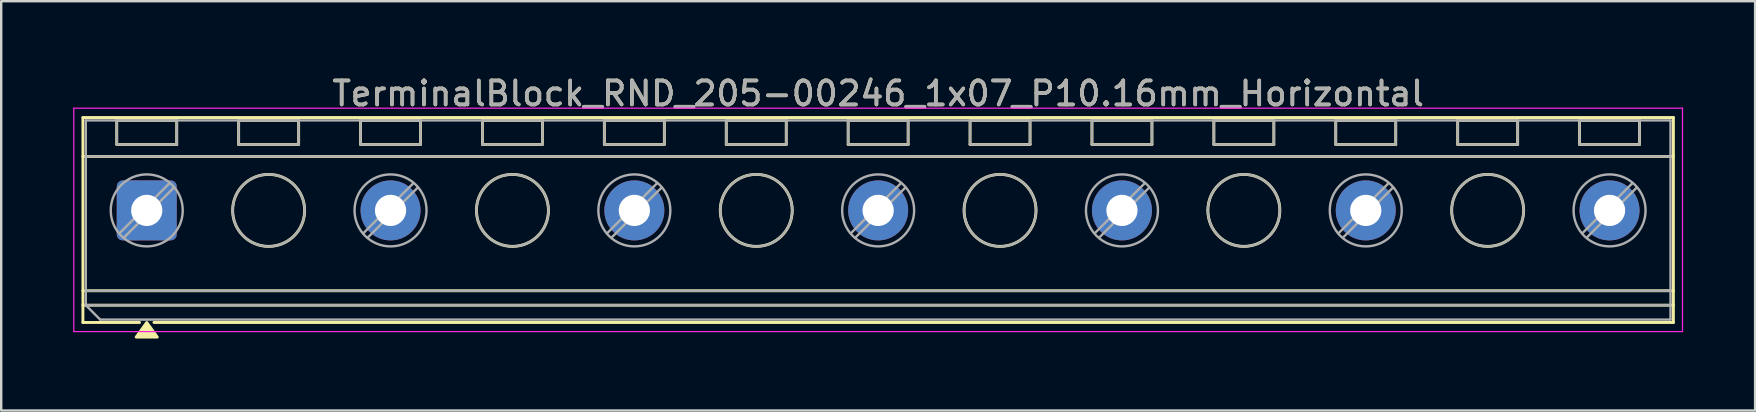
<source format=kicad_pcb>
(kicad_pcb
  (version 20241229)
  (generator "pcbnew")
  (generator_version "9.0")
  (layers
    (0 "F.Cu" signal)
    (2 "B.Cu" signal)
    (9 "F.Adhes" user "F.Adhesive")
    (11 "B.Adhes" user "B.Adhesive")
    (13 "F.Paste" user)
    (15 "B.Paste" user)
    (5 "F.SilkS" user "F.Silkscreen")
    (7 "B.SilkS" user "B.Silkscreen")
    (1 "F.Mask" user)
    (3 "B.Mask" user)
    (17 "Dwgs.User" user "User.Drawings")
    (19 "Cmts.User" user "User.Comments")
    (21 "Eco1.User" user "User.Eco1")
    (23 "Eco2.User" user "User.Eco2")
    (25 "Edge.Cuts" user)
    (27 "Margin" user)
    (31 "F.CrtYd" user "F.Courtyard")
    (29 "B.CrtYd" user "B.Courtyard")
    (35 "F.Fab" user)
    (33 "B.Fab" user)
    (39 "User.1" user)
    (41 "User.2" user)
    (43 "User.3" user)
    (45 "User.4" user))
  (footprint "TerminalBlock_RND_205-00246_1x07_P10.16mm_Horizontal"
    (layer "F.Cu")
    (at 3.065 5.718)
    (property "Reference" "TerminalBlock_RND_205-00246_1x07_P10.16mm_Horizontal" (at 30.48 -4.87 0) (layer "F.SilkS") (effects (font (size 1 1) (thickness 0.15))))
    (attr through_hole)
    (fp_line (start -2.66 -3.87) (end 63.62 -3.87) (stroke (width 0.12) (type solid)) (layer "F.SilkS"))
    (fp_line (start -2.66 -2.25) (end 63.62 -2.25) (stroke (width 0.12) (type solid)) (layer "F.SilkS"))
    (fp_line (start -2.66 3.35) (end 63.62 3.35) (stroke (width 0.12) (type solid)) (layer "F.SilkS"))
    (fp_line (start -2.66 3.95) (end 63.62 3.95) (stroke (width 0.12) (type solid)) (layer "F.SilkS"))
    (fp_line (start -2.66 4.67) (end -2.66 -3.87) (stroke (width 0.12) (type solid)) (layer "F.SilkS"))
    (fp_line (start -1.25 -3.75) (end 1.25 -3.75) (stroke (width 0.12) (type solid)) (layer "F.SilkS"))
    (fp_line (start -1.25 -2.75) (end -1.25 -3.75) (stroke (width 0.12) (type solid)) (layer "F.SilkS"))
    (fp_line (start -0.3 4.67) (end -2.66 4.67) (stroke (width 0.12) (type solid)) (layer "F.SilkS"))
    (fp_line (start 1.25 -3.75) (end 1.25 -2.75) (stroke (width 0.12) (type solid)) (layer "F.SilkS"))
    (fp_line (start 1.25 -2.75) (end -1.25 -2.75) (stroke (width 0.12) (type solid)) (layer "F.SilkS"))
    (fp_line (start 3.83 -3.75) (end 6.33 -3.75) (stroke (width 0.12) (type solid)) (layer "F.SilkS"))
    (fp_line (start 3.83 -2.75) (end 3.83 -3.75) (stroke (width 0.12) (type solid)) (layer "F.SilkS"))
    (fp_line (start 6.33 -3.75) (end 6.33 -2.75) (stroke (width 0.12) (type solid)) (layer "F.SilkS"))
    (fp_line (start 6.33 -2.75) (end 3.83 -2.75) (stroke (width 0.12) (type solid)) (layer "F.SilkS"))
    (fp_line (start 8.91 -3.75) (end 11.41 -3.75) (stroke (width 0.12) (type solid)) (layer "F.SilkS"))
    (fp_line (start 8.91 -2.75) (end 8.91 -3.75) (stroke (width 0.12) (type solid)) (layer "F.SilkS"))
    (fp_line (start 11.41 -3.75) (end 11.41 -2.75) (stroke (width 0.12) (type solid)) (layer "F.SilkS"))
    (fp_line (start 11.41 -2.75) (end 8.91 -2.75) (stroke (width 0.12) (type solid)) (layer "F.SilkS"))
    (fp_line (start 13.99 -3.75) (end 16.49 -3.75) (stroke (width 0.12) (type solid)) (layer "F.SilkS"))
    (fp_line (start 13.99 -2.75) (end 13.99 -3.75) (stroke (width 0.12) (type solid)) (layer "F.SilkS"))
    (fp_line (start 16.49 -3.75) (end 16.49 -2.75) (stroke (width 0.12) (type solid)) (layer "F.SilkS"))
    (fp_line (start 16.49 -2.75) (end 13.99 -2.75) (stroke (width 0.12) (type solid)) (layer "F.SilkS"))
    (fp_line (start 19.07 -3.75) (end 21.57 -3.75) (stroke (width 0.12) (type solid)) (layer "F.SilkS"))
    (fp_line (start 19.07 -2.75) (end 19.07 -3.75) (stroke (width 0.12) (type solid)) (layer "F.SilkS"))
    (fp_line (start 21.57 -3.75) (end 21.57 -2.75) (stroke (width 0.12) (type solid)) (layer "F.SilkS"))
    (fp_line (start 21.57 -2.75) (end 19.07 -2.75) (stroke (width 0.12) (type solid)) (layer "F.SilkS"))
    (fp_line (start 24.15 -3.75) (end 26.65 -3.75) (stroke (width 0.12) (type solid)) (layer "F.SilkS"))
    (fp_line (start 24.15 -2.75) (end 24.15 -3.75) (stroke (width 0.12) (type solid)) (layer "F.SilkS"))
    (fp_line (start 26.65 -3.75) (end 26.65 -2.75) (stroke (width 0.12) (type solid)) (layer "F.SilkS"))
    (fp_line (start 26.65 -2.75) (end 24.15 -2.75) (stroke (width 0.12) (type solid)) (layer "F.SilkS"))
    (fp_line (start 29.23 -3.75) (end 31.73 -3.75) (stroke (width 0.12) (type solid)) (layer "F.SilkS"))
    (fp_line (start 29.23 -2.75) (end 29.23 -3.75) (stroke (width 0.12) (type solid)) (layer "F.SilkS"))
    (fp_line (start 31.73 -3.75) (end 31.73 -2.75) (stroke (width 0.12) (type solid)) (layer "F.SilkS"))
    (fp_line (start 31.73 -2.75) (end 29.23 -2.75) (stroke (width 0.12) (type solid)) (layer "F.SilkS"))
    (fp_line (start 34.31 -3.75) (end 36.81 -3.75) (stroke (width 0.12) (type solid)) (layer "F.SilkS"))
    (fp_line (start 34.31 -2.75) (end 34.31 -3.75) (stroke (width 0.12) (type solid)) (layer "F.SilkS"))
    (fp_line (start 36.81 -3.75) (end 36.81 -2.75) (stroke (width 0.12) (type solid)) (layer "F.SilkS"))
    (fp_line (start 36.81 -2.75) (end 34.31 -2.75) (stroke (width 0.12) (type solid)) (layer "F.SilkS"))
    (fp_line (start 39.39 -3.75) (end 41.89 -3.75) (stroke (width 0.12) (type solid)) (layer "F.SilkS"))
    (fp_line (start 39.39 -2.75) (end 39.39 -3.75) (stroke (width 0.12) (type solid)) (layer "F.SilkS"))
    (fp_line (start 41.89 -3.75) (end 41.89 -2.75) (stroke (width 0.12) (type solid)) (layer "F.SilkS"))
    (fp_line (start 41.89 -2.75) (end 39.39 -2.75) (stroke (width 0.12) (type solid)) (layer "F.SilkS"))
    (fp_line (start 44.47 -3.75) (end 46.97 -3.75) (stroke (width 0.12) (type solid)) (layer "F.SilkS"))
    (fp_line (start 44.47 -2.75) (end 44.47 -3.75) (stroke (width 0.12) (type solid)) (layer "F.SilkS"))
    (fp_line (start 46.97 -3.75) (end 46.97 -2.75) (stroke (width 0.12) (type solid)) (layer "F.SilkS"))
    (fp_line (start 46.97 -2.75) (end 44.47 -2.75) (stroke (width 0.12) (type solid)) (layer "F.SilkS"))
    (fp_line (start 49.55 -3.75) (end 52.05 -3.75) (stroke (width 0.12) (type solid)) (layer "F.SilkS"))
    (fp_line (start 49.55 -2.75) (end 49.55 -3.75) (stroke (width 0.12) (type solid)) (layer "F.SilkS"))
    (fp_line (start 52.05 -3.75) (end 52.05 -2.75) (stroke (width 0.12) (type solid)) (layer "F.SilkS"))
    (fp_line (start 52.05 -2.75) (end 49.55 -2.75) (stroke (width 0.12) (type solid)) (layer "F.SilkS"))
    (fp_line (start 54.63 -3.75) (end 57.13 -3.75) (stroke (width 0.12) (type solid)) (layer "F.SilkS"))
    (fp_line (start 54.63 -2.75) (end 54.63 -3.75) (stroke (width 0.12) (type solid)) (layer "F.SilkS"))
    (fp_line (start 57.13 -3.75) (end 57.13 -2.75) (stroke (width 0.12) (type solid)) (layer "F.SilkS"))
    (fp_line (start 57.13 -2.75) (end 54.63 -2.75) (stroke (width 0.12) (type solid)) (layer "F.SilkS"))
    (fp_line (start 59.71 -3.75) (end 62.21 -3.75) (stroke (width 0.12) (type solid)) (layer "F.SilkS"))
    (fp_line (start 59.71 -2.75) (end 59.71 -3.75) (stroke (width 0.12) (type solid)) (layer "F.SilkS"))
    (fp_line (start 62.21 -3.75) (end 62.21 -2.75) (stroke (width 0.12) (type solid)) (layer "F.SilkS"))
    (fp_line (start 62.21 -2.75) (end 59.71 -2.75) (stroke (width 0.12) (type solid)) (layer "F.SilkS"))
    (fp_line (start 63.62 -3.87) (end 63.62 4.67) (stroke (width 0.12) (type solid)) (layer "F.SilkS"))
    (fp_line (start 63.62 4.67) (end 0.3 4.67) (stroke (width 0.12) (type solid)) (layer "F.SilkS"))
    (fp_circle (center 5.08 0) (end 6.58 0) (stroke (width 0.12) (type solid)) (fill no) (layer "F.SilkS"))
    (fp_circle (center 15.24 0) (end 16.74 0) (stroke (width 0.12) (type solid)) (fill no) (layer "F.SilkS"))
    (fp_circle (center 25.4 0) (end 26.9 0) (stroke (width 0.12) (type solid)) (fill no) (layer "F.SilkS"))
    (fp_circle (center 35.56 0) (end 37.06 0) (stroke (width 0.12) (type solid)) (fill no) (layer "F.SilkS"))
    (fp_circle (center 45.72 0) (end 47.22 0) (stroke (width 0.12) (type solid)) (fill no) (layer "F.SilkS"))
    (fp_circle (center 55.88 0) (end 57.38 0) (stroke (width 0.12) (type solid)) (fill no) (layer "F.SilkS"))
    (fp_poly (pts (xy 0 4.67) (xy 0.44 5.28) (xy -0.44 5.28)) (stroke (width 0.12) (type solid)) (fill yes) (layer "F.SilkS"))
    (fp_line (start -3.04 -4.26) (end -3.04 5.05) (stroke (width 0.05) (type solid)) (layer "F.CrtYd"))
    (fp_line (start -3.04 5.05) (end 64 5.05) (stroke (width 0.05) (type solid)) (layer "F.CrtYd"))
    (fp_line (start 64 -4.26) (end -3.04 -4.26) (stroke (width 0.05) (type solid)) (layer "F.CrtYd"))
    (fp_line (start 64 5.05) (end 64 -4.26) (stroke (width 0.05) (type solid)) (layer "F.CrtYd"))
    (fp_line (start -2.54 -3.75) (end 63.5 -3.75) (stroke (width 0.1) (type solid)) (layer "F.Fab"))
    (fp_line (start -2.54 -2.25) (end 63.5 -2.25) (stroke (width 0.1) (type solid)) (layer "F.Fab"))
    (fp_line (start -2.54 3.35) (end 63.5 3.35) (stroke (width 0.1) (type solid)) (layer "F.Fab"))
    (fp_line (start -2.54 3.95) (end -2.54 -3.75) (stroke (width 0.1) (type solid)) (layer "F.Fab"))
    (fp_line (start -2.54 3.95) (end 63.5 3.95) (stroke (width 0.1) (type solid)) (layer "F.Fab"))
    (fp_line (start -1.94 4.55) (end -2.54 3.95) (stroke (width 0.1) (type solid)) (layer "F.Fab"))
    (fp_line (start -1.25 -3.75) (end -1.25 -2.75) (stroke (width 0.1) (type solid)) (layer "F.Fab"))
    (fp_line (start -1.25 -2.75) (end 1.25 -2.75) (stroke (width 0.1) (type solid)) (layer "F.Fab"))
    (fp_line (start 0.955 -1.138) (end -1.138 0.955) (stroke (width 0.1) (type solid)) (layer "F.Fab"))
    (fp_line (start 1.138 -0.955) (end -0.955 1.138) (stroke (width 0.1) (type solid)) (layer "F.Fab"))
    (fp_line (start 1.25 -3.75) (end -1.25 -3.75) (stroke (width 0.1) (type solid)) (layer "F.Fab"))
    (fp_line (start 1.25 -2.75) (end 1.25 -3.75) (stroke (width 0.1) (type solid)) (layer "F.Fab"))
    (fp_line (start 3.83 -3.75) (end 3.83 -2.75) (stroke (width 0.1) (type solid)) (layer "F.Fab"))
    (fp_line (start 3.83 -2.75) (end 6.33 -2.75) (stroke (width 0.1) (type solid)) (layer "F.Fab"))
    (fp_line (start 6.33 -3.75) (end 3.83 -3.75) (stroke (width 0.1) (type solid)) (layer "F.Fab"))
    (fp_line (start 6.33 -2.75) (end 6.33 -3.75) (stroke (width 0.1) (type solid)) (layer "F.Fab"))
    (fp_line (start 8.91 -3.75) (end 8.91 -2.75) (stroke (width 0.1) (type solid)) (layer "F.Fab"))
    (fp_line (start 8.91 -2.75) (end 11.41 -2.75) (stroke (width 0.1) (type solid)) (layer "F.Fab"))
    (fp_line (start 11.115 -1.138) (end 9.022 0.955) (stroke (width 0.1) (type solid)) (layer "F.Fab"))
    (fp_line (start 11.298 -0.955) (end 9.205 1.138) (stroke (width 0.1) (type solid)) (layer "F.Fab"))
    (fp_line (start 11.41 -3.75) (end 8.91 -3.75) (stroke (width 0.1) (type solid)) (layer "F.Fab"))
    (fp_line (start 11.41 -2.75) (end 11.41 -3.75) (stroke (width 0.1) (type solid)) (layer "F.Fab"))
    (fp_line (start 13.99 -3.75) (end 13.99 -2.75) (stroke (width 0.1) (type solid)) (layer "F.Fab"))
    (fp_line (start 13.99 -2.75) (end 16.49 -2.75) (stroke (width 0.1) (type solid)) (layer "F.Fab"))
    (fp_line (start 16.49 -3.75) (end 13.99 -3.75) (stroke (width 0.1) (type solid)) (layer "F.Fab"))
    (fp_line (start 16.49 -2.75) (end 16.49 -3.75) (stroke (width 0.1) (type solid)) (layer "F.Fab"))
    (fp_line (start 19.07 -3.75) (end 19.07 -2.75) (stroke (width 0.1) (type solid)) (layer "F.Fab"))
    (fp_line (start 19.07 -2.75) (end 21.57 -2.75) (stroke (width 0.1) (type solid)) (layer "F.Fab"))
    (fp_line (start 21.275 -1.138) (end 19.182 0.955) (stroke (width 0.1) (type solid)) (layer "F.Fab"))
    (fp_line (start 21.458 -0.955) (end 19.365 1.138) (stroke (width 0.1) (type solid)) (layer "F.Fab"))
    (fp_line (start 21.57 -3.75) (end 19.07 -3.75) (stroke (width 0.1) (type solid)) (layer "F.Fab"))
    (fp_line (start 21.57 -2.75) (end 21.57 -3.75) (stroke (width 0.1) (type solid)) (layer "F.Fab"))
    (fp_line (start 24.15 -3.75) (end 24.15 -2.75) (stroke (width 0.1) (type solid)) (layer "F.Fab"))
    (fp_line (start 24.15 -2.75) (end 26.65 -2.75) (stroke (width 0.1) (type solid)) (layer "F.Fab"))
    (fp_line (start 26.65 -3.75) (end 24.15 -3.75) (stroke (width 0.1) (type solid)) (layer "F.Fab"))
    (fp_line (start 26.65 -2.75) (end 26.65 -3.75) (stroke (width 0.1) (type solid)) (layer "F.Fab"))
    (fp_line (start 29.23 -3.75) (end 29.23 -2.75) (stroke (width 0.1) (type solid)) (layer "F.Fab"))
    (fp_line (start 29.23 -2.75) (end 31.73 -2.75) (stroke (width 0.1) (type solid)) (layer "F.Fab"))
    (fp_line (start 31.435 -1.138) (end 29.342 0.955) (stroke (width 0.1) (type solid)) (layer "F.Fab"))
    (fp_line (start 31.618 -0.955) (end 29.525 1.138) (stroke (width 0.1) (type solid)) (layer "F.Fab"))
    (fp_line (start 31.73 -3.75) (end 29.23 -3.75) (stroke (width 0.1) (type solid)) (layer "F.Fab"))
    (fp_line (start 31.73 -2.75) (end 31.73 -3.75) (stroke (width 0.1) (type solid)) (layer "F.Fab"))
    (fp_line (start 34.31 -3.75) (end 34.31 -2.75) (stroke (width 0.1) (type solid)) (layer "F.Fab"))
    (fp_line (start 34.31 -2.75) (end 36.81 -2.75) (stroke (width 0.1) (type solid)) (layer "F.Fab"))
    (fp_line (start 36.81 -3.75) (end 34.31 -3.75) (stroke (width 0.1) (type solid)) (layer "F.Fab"))
    (fp_line (start 36.81 -2.75) (end 36.81 -3.75) (stroke (width 0.1) (type solid)) (layer "F.Fab"))
    (fp_line (start 39.39 -3.75) (end 39.39 -2.75) (stroke (width 0.1) (type solid)) (layer "F.Fab"))
    (fp_line (start 39.39 -2.75) (end 41.89 -2.75) (stroke (width 0.1) (type solid)) (layer "F.Fab"))
    (fp_line (start 41.595 -1.138) (end 39.502 0.955) (stroke (width 0.1) (type solid)) (layer "F.Fab"))
    (fp_line (start 41.778 -0.955) (end 39.685 1.138) (stroke (width 0.1) (type solid)) (layer "F.Fab"))
    (fp_line (start 41.89 -3.75) (end 39.39 -3.75) (stroke (width 0.1) (type solid)) (layer "F.Fab"))
    (fp_line (start 41.89 -2.75) (end 41.89 -3.75) (stroke (width 0.1) (type solid)) (layer "F.Fab"))
    (fp_line (start 44.47 -3.75) (end 44.47 -2.75) (stroke (width 0.1) (type solid)) (layer "F.Fab"))
    (fp_line (start 44.47 -2.75) (end 46.97 -2.75) (stroke (width 0.1) (type solid)) (layer "F.Fab"))
    (fp_line (start 46.97 -3.75) (end 44.47 -3.75) (stroke (width 0.1) (type solid)) (layer "F.Fab"))
    (fp_line (start 46.97 -2.75) (end 46.97 -3.75) (stroke (width 0.1) (type solid)) (layer "F.Fab"))
    (fp_line (start 49.55 -3.75) (end 49.55 -2.75) (stroke (width 0.1) (type solid)) (layer "F.Fab"))
    (fp_line (start 49.55 -2.75) (end 52.05 -2.75) (stroke (width 0.1) (type solid)) (layer "F.Fab"))
    (fp_line (start 51.755 -1.138) (end 49.662 0.955) (stroke (width 0.1) (type solid)) (layer "F.Fab"))
    (fp_line (start 51.938 -0.955) (end 49.845 1.138) (stroke (width 0.1) (type solid)) (layer "F.Fab"))
    (fp_line (start 52.05 -3.75) (end 49.55 -3.75) (stroke (width 0.1) (type solid)) (layer "F.Fab"))
    (fp_line (start 52.05 -2.75) (end 52.05 -3.75) (stroke (width 0.1) (type solid)) (layer "F.Fab"))
    (fp_line (start 54.63 -3.75) (end 54.63 -2.75) (stroke (width 0.1) (type solid)) (layer "F.Fab"))
    (fp_line (start 54.63 -2.75) (end 57.13 -2.75) (stroke (width 0.1) (type solid)) (layer "F.Fab"))
    (fp_line (start 57.13 -3.75) (end 54.63 -3.75) (stroke (width 0.1) (type solid)) (layer "F.Fab"))
    (fp_line (start 57.13 -2.75) (end 57.13 -3.75) (stroke (width 0.1) (type solid)) (layer "F.Fab"))
    (fp_line (start 59.71 -3.75) (end 59.71 -2.75) (stroke (width 0.1) (type solid)) (layer "F.Fab"))
    (fp_line (start 59.71 -2.75) (end 62.21 -2.75) (stroke (width 0.1) (type solid)) (layer "F.Fab"))
    (fp_line (start 61.915 -1.138) (end 59.822 0.955) (stroke (width 0.1) (type solid)) (layer "F.Fab"))
    (fp_line (start 62.098 -0.955) (end 60.005 1.138) (stroke (width 0.1) (type solid)) (layer "F.Fab"))
    (fp_line (start 62.21 -3.75) (end 59.71 -3.75) (stroke (width 0.1) (type solid)) (layer "F.Fab"))
    (fp_line (start 62.21 -2.75) (end 62.21 -3.75) (stroke (width 0.1) (type solid)) (layer "F.Fab"))
    (fp_line (start 63.5 -3.75) (end 63.5 4.55) (stroke (width 0.1) (type solid)) (layer "F.Fab"))
    (fp_line (start 63.5 4.55) (end -1.94 4.55) (stroke (width 0.1) (type solid)) (layer "F.Fab"))
    (fp_circle (center 0 0) (end 1.5 0) (stroke (width 0.1) (type solid)) (fill no) (layer "F.Fab"))
    (fp_circle (center 5.08 0) (end 6.58 0) (stroke (width 0.1) (type solid)) (fill no) (layer "F.Fab"))
    (fp_circle (center 10.16 0) (end 11.66 0) (stroke (width 0.1) (type solid)) (fill no) (layer "F.Fab"))
    (fp_circle (center 15.24 0) (end 16.74 0) (stroke (width 0.1) (type solid)) (fill no) (layer "F.Fab"))
    (fp_circle (center 20.32 0) (end 21.82 0) (stroke (width 0.1) (type solid)) (fill no) (layer "F.Fab"))
    (fp_circle (center 25.4 0) (end 26.9 0) (stroke (width 0.1) (type solid)) (fill no) (layer "F.Fab"))
    (fp_circle (center 30.48 0) (end 31.98 0) (stroke (width 0.1) (type solid)) (fill no) (layer "F.Fab"))
    (fp_circle (center 35.56 0) (end 37.06 0) (stroke (width 0.1) (type solid)) (fill no) (layer "F.Fab"))
    (fp_circle (center 40.64 0) (end 42.14 0) (stroke (width 0.1) (type solid)) (fill no) (layer "F.Fab"))
    (fp_circle (center 45.72 0) (end 47.22 0) (stroke (width 0.1) (type solid)) (fill no) (layer "F.Fab"))
    (fp_circle (center 50.8 0) (end 52.3 0) (stroke (width 0.1) (type solid)) (fill no) (layer "F.Fab"))
    (fp_circle (center 55.88 0) (end 57.38 0) (stroke (width 0.1) (type solid)) (fill no) (layer "F.Fab"))
    (fp_circle (center 60.96 0) (end 62.46 0) (stroke (width 0.1) (type solid)) (fill no) (layer "F.Fab"))
    (fp_text user "${REFERENCE}" (at 30.48 -4.87 0) (layer "F.Fab") (effects (font (size 1 1) (thickness 0.15))))
    (pad "1" thru_hole roundrect (at 0 0) (size 2.5 2.5) (drill 1.3) (layers "*.Cu" "*.Mask") (roundrect_rratio 0.1))
    (pad "2" thru_hole circle (at 10.16 0) (size 2.5 2.5) (drill 1.3) (layers "*.Cu" "*.Mask"))
    (pad "3" thru_hole circle (at 20.32 0) (size 2.5 2.5) (drill 1.3) (layers "*.Cu" "*.Mask"))
    (pad "4" thru_hole circle (at 30.48 0) (size 2.5 2.5) (drill 1.3) (layers "*.Cu" "*.Mask"))
    (pad "5" thru_hole circle (at 40.64 0) (size 2.5 2.5) (drill 1.3) (layers "*.Cu" "*.Mask"))
    (pad "6" thru_hole circle (at 50.8 0) (size 2.5 2.5) (drill 1.3) (layers "*.Cu" "*.Mask"))
    (pad "7" thru_hole circle (at 60.96 0) (size 2.5 2.5) (drill 1.3) (layers "*.Cu" "*.Mask")))
  (gr_rect
    (start -3 -3)
    (end 70.09 14.058)
    (stroke (width 0.1) (type default))
    (fill no)
    (layer "Edge.Cuts")))
</source>
